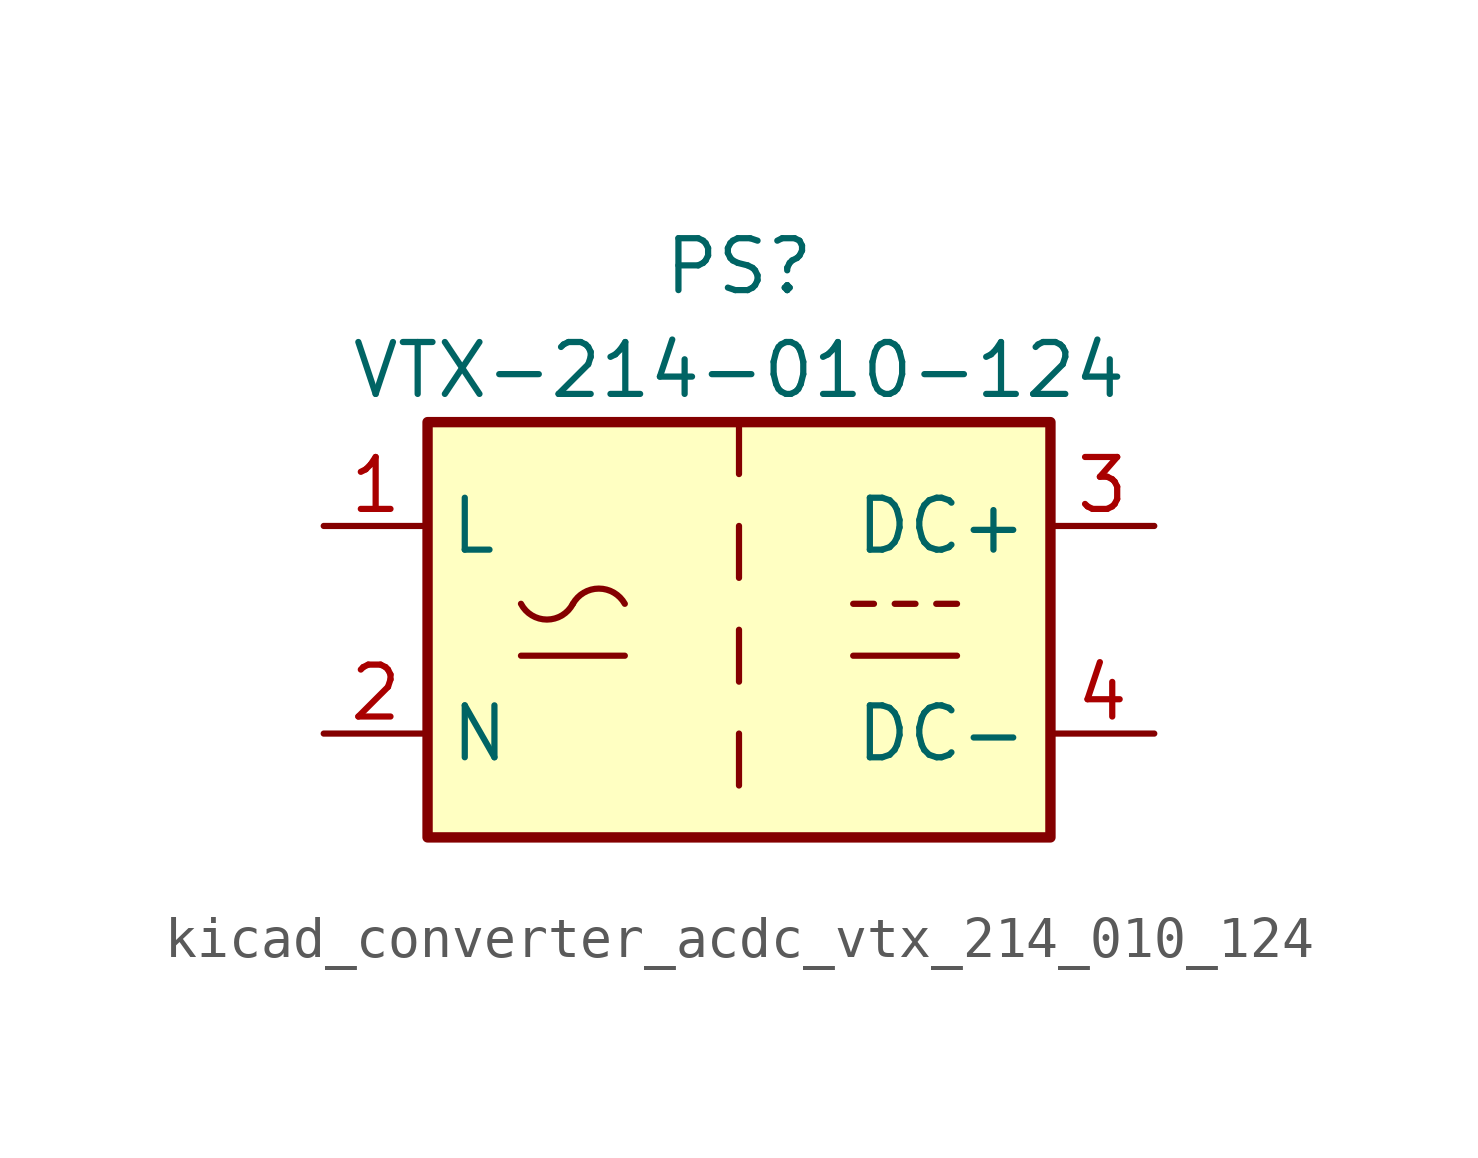
<source format=kicad_sym>
(kicad_symbol_lib
  (version 20220914)
  (generator kicad_symbol_editor)
  (symbol "kicad_converter_acdc_vtx_214_010_124"
    (property "Reference" "PS"
      (at 0 8.89 0)
      (effects (font (size 1.27 1.27))))
    (property "Value" "VTX-214-010-124"
      (at 0 6.35 0)
      (effects (font (size 1.27 1.27))))
    (symbol "kicad_converter_acdc_vtx_214_010_124_0_1"
      (rectangle (start -7.62 5.08) (end 7.62 -5.08) (stroke (width 0.254) (type default)) (fill (type background)))
      (arc (start -5.334 0.635) (mid -4.699 0.2495) (end -4.064 0.635) (stroke (width 0) (type default)) (fill (type none)))
      (arc (start -2.794 0.635) (mid -3.429 1.0072) (end -4.064 0.635) (stroke (width 0) (type default)) (fill (type none)))
      (polyline (pts (xy -5.334 -0.635) (xy -2.794 -0.635)) (stroke (width 0) (type default)) (fill (type none)))
      (polyline (pts (xy 2.794 -0.635) (xy 5.334 -0.635)) (stroke (width 0) (type default)) (fill (type none)))
      (polyline (pts (xy 2.794 0.635) (xy 3.302 0.635)) (stroke (width 0) (type default)) (fill (type none)))
      (polyline (pts (xy 3.81 0.635) (xy 4.318 0.635)) (stroke (width 0) (type default)) (fill (type none)))
      (polyline (pts (xy 4.826 0.635) (xy 5.334 0.635)) (stroke (width 0) (type default)) (fill (type none))))
    (symbol "kicad_converter_acdc_vtx_214_010_124_1_1"
      (polyline (pts (xy 0 -2.54) (xy 0 -3.81)) (stroke (width 0) (type default)) (fill (type none)))
      (polyline (pts (xy 0 0) (xy 0 -1.27)) (stroke (width 0) (type default)) (fill (type none)))
      (polyline (pts (xy 0 2.54) (xy 0 1.27)) (stroke (width 0) (type default)) (fill (type none)))
      (polyline (pts (xy 0 5.08) (xy 0 3.81)) (stroke (width 0) (type default)) (fill (type none)))
      (pin power_in line (at -10.16 2.54 0) (length 2.54) (name "L" (effects (font (size 1.27 1.27)))) (number "1" (effects (font (size 1.27 1.27)))))
      (pin power_in line (at -10.16 -2.54 0) (length 2.54) (name "N" (effects (font (size 1.27 1.27)))) (number "2" (effects (font (size 1.27 1.27)))))
      (pin power_out line (at 10.16 2.54 180) (length 2.54) (name "DC+" (effects (font (size 1.27 1.27)))) (number "3" (effects (font (size 1.27 1.27)))))
      (pin power_out line (at 10.16 -2.54 180) (length 2.54) (name "DC-" (effects (font (size 1.27 1.27)))) (number "4" (effects (font (size 1.27 1.27))))))))
</source>
